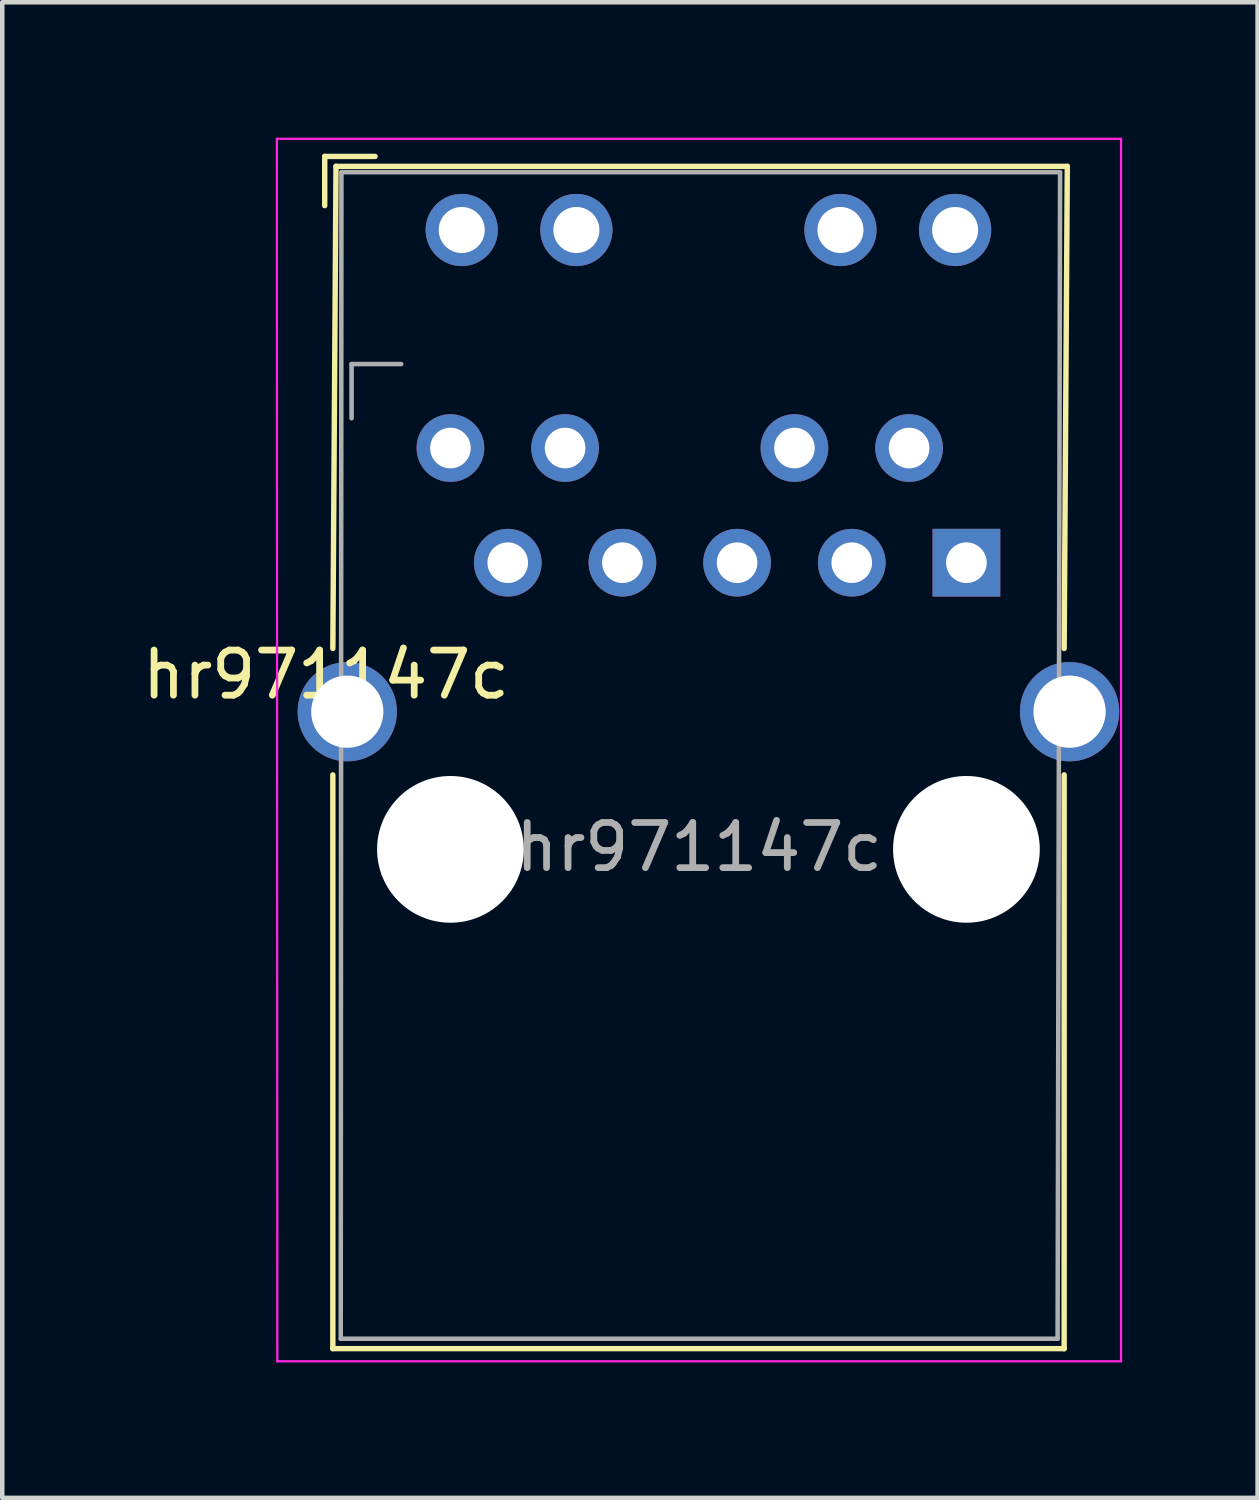
<source format=kicad_pcb>
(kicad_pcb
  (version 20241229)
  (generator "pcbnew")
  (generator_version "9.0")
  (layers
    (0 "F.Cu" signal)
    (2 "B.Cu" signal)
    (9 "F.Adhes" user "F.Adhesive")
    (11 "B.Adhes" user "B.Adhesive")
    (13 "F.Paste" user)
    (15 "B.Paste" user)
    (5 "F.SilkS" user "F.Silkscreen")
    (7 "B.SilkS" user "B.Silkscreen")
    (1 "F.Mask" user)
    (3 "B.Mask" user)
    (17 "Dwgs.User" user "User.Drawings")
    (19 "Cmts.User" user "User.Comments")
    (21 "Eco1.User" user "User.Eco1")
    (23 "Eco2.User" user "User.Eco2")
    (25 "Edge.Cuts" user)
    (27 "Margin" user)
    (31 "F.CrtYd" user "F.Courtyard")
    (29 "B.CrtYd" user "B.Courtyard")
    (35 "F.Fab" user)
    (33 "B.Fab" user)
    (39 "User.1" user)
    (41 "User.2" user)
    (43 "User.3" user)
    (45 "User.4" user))
  (footprint "hr971147c"
    (layer "F.Cu")
    (at 12.643 15.765)
    (property "Reference" "hr971147c" (at -8.47 -3.87 0) (layer "F.SilkS") (effects (font (size 1 1) (thickness 0.15))))
    (attr through_hole)
    (fp_line (start -8.5 -15.35) (end -7.385 -15.35) (stroke (width 0.12) (type solid)) (layer "F.SilkS"))
    (fp_line (start -8.5 -14.26) (end -8.5 -15.35) (stroke (width 0.12) (type solid)) (layer "F.SilkS"))
    (fp_line (start -8.32 -1.65) (end -8.32 11.06) (stroke (width 0.12) (type solid)) (layer "F.SilkS"))
    (fp_line (start -8.25 -15.13) (end -8.32 -4.45) (stroke (width 0.12) (type solid)) (layer "F.SilkS"))
    (fp_line (start 7.88 -4.45) (end 7.95 -15.13) (stroke (width 0.12) (type solid)) (layer "F.SilkS"))
    (fp_line (start 7.88 11.06) (end -8.32 11.06) (stroke (width 0.12) (type solid)) (layer "F.SilkS"))
    (fp_line (start 7.88 11.06) (end 7.88 -1.65) (stroke (width 0.12) (type solid)) (layer "F.SilkS"))
    (fp_line (start 7.95 -15.13) (end -8.25 -15.13) (stroke (width 0.12) (type solid)) (layer "F.SilkS"))
    (fp_line (start -9.56 -15.74) (end 9.14 -15.74) (stroke (width 0.05) (type solid)) (layer "F.CrtYd"))
    (fp_line (start -9.55 11.34) (end -9.56 -15.74) (stroke (width 0.05) (type solid)) (layer "F.CrtYd"))
    (fp_line (start 9.14 -15.74) (end 9.14 11.34) (stroke (width 0.05) (type solid)) (layer "F.CrtYd"))
    (fp_line (start 9.14 11.34) (end -9.55 11.34) (stroke (width 0.05) (type solid)) (layer "F.CrtYd"))
    (fp_line (start -8.145 10.84) (end -8.13 -15) (stroke (width 0.1) (type solid)) (layer "F.Fab"))
    (fp_line (start -7.905 -10.75) (end -6.805 -10.75) (stroke (width 0.1) (type solid)) (layer "F.Fab"))
    (fp_line (start -7.905 -9.55) (end -7.905 -10.75) (stroke (width 0.1) (type solid)) (layer "F.Fab"))
    (fp_line (start 7.735 10.84) (end -8.145 10.84) (stroke (width 0.1) (type solid)) (layer "F.Fab"))
    (fp_line (start 7.735 10.84) (end 7.79 -15) (stroke (width 0.1) (type solid)) (layer "F.Fab"))
    (fp_line (start 7.79 -15) (end -8.13 -15) (stroke (width 0.1) (type solid)) (layer "F.Fab"))
    (fp_text user "${REFERENCE}" (at -0.205 -0.05 180) (layer "F.Fab") (effects (font (size 1 1) (thickness 0.15))))
    (pad "" np_thru_hole circle (at -5.715 0 180) (size 3.25 3.25) (drill 3.25) (layers "*.Cu" "*.Mask"))
    (pad "" np_thru_hole circle (at 5.715 0 180) (size 3.25 3.25) (drill 3.25) (layers "*.Cu" "*.Mask"))
    (pad "1" thru_hole rect (at 5.715 -6.35) (size 1.5 1.5) (drill 0.9) (layers "*.Cu" "*.Mask"))
    (pad "2" thru_hole circle (at 4.445 -8.89 180) (size 1.5 1.5) (drill 0.9) (layers "*.Cu" "*.Mask"))
    (pad "3" thru_hole circle (at 3.175 -6.35) (size 1.5 1.5) (drill 0.9) (layers "*.Cu" "*.Mask"))
    (pad "4" thru_hole circle (at 1.905 -8.89 180) (size 1.5 1.5) (drill 0.9) (layers "*.Cu" "*.Mask"))
    (pad "5" thru_hole circle (at 0.635 -6.35) (size 1.5 1.5) (drill 0.9) (layers "*.Cu" "*.Mask"))
    (pad "7" thru_hole circle (at -1.905 -6.35) (size 1.5 1.5) (drill 0.9) (layers "*.Cu" "*.Mask"))
    (pad "8" thru_hole circle (at -3.175 -8.89 180) (size 1.5 1.5) (drill 0.9) (layers "*.Cu" "*.Mask"))
    (pad "9" thru_hole circle (at -4.445 -6.35) (size 1.5 1.5) (drill 0.9) (layers "*.Cu" "*.Mask"))
    (pad "10" thru_hole circle (at -5.715 -8.89 180) (size 1.5 1.5) (drill 0.9) (layers "*.Cu" "*.Mask"))
    (pad "11" thru_hole circle (at 5.465 -13.72 180) (size 1.6 1.6) (drill 1.02) (layers "*.Cu" "*.Mask"))
    (pad "12" thru_hole circle (at 2.925 -13.72 180) (size 1.6 1.6) (drill 1.02) (layers "*.Cu" "*.Mask"))
    (pad "13" thru_hole circle (at -2.925 -13.72 180) (size 1.6 1.6) (drill 1.02) (layers "*.Cu" "*.Mask"))
    (pad "14" thru_hole circle (at -5.465 -13.72 180) (size 1.6 1.6) (drill 1.02) (layers "*.Cu" "*.Mask"))
    (pad "sh" thru_hole circle (at -8 -3.05 180) (size 2.2 2.2) (drill 1.6) (layers "*.Cu" "*.Mask"))
    (pad "sh" thru_hole circle (at 8 -3.05 180) (size 2.2 2.2) (drill 1.6) (layers "*.Cu" "*.Mask")))
  (gr_rect
    (start -3 -3)
    (end 24.808 30.13)
    (stroke (width 0.1) (type default))
    (fill no)
    (layer "Edge.Cuts")))
</source>
